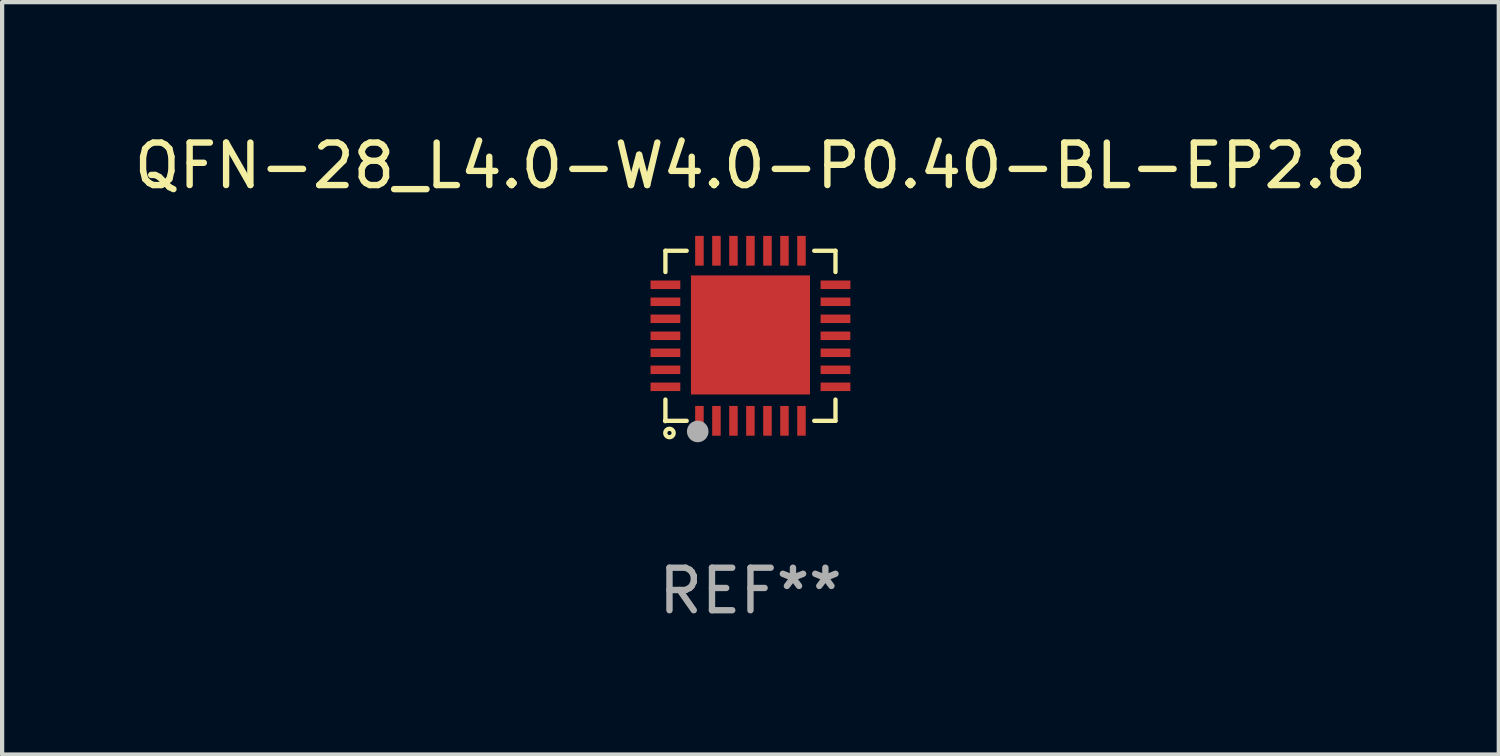
<source format=kicad_pcb>
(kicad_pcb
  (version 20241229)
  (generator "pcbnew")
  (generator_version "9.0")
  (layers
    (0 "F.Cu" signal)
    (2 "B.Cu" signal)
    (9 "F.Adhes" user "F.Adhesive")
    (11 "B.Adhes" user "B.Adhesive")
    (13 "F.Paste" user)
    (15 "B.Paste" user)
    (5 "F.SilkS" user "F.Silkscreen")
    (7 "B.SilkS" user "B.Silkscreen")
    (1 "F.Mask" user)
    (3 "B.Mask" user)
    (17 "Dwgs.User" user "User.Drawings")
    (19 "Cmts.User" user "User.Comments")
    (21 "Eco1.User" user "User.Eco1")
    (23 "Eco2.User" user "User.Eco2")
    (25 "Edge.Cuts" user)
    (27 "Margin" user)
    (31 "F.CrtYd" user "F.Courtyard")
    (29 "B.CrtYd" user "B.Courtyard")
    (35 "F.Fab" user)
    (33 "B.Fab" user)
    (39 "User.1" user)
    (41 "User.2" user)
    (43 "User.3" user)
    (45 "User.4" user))
  (footprint "QFN-28_L4.0-W4.0-P0.40-BL-EP2.8"
    (layer "F.Cu")
    (at 14.601 4.848)
    (property "Reference" "QFN-28_L4.0-W4.0-P0.40-BL-EP2.8" (at 0 -4 0) (layer "F.SilkS") (effects (font (size 1 1) (thickness 0.15))))
    (attr smd)
    (fp_line (start -2 -2) (end -1.5 -2) (stroke (width 0.102) (type solid)) (layer "F.SilkS"))
    (fp_line (start -2 -1.5) (end -2 -2) (stroke (width 0.102) (type solid)) (layer "F.SilkS"))
    (fp_line (start -2 2) (end -2 1.5) (stroke (width 0.102) (type solid)) (layer "F.SilkS"))
    (fp_line (start -1.5 2) (end -2 2) (stroke (width 0.102) (type solid)) (layer "F.SilkS"))
    (fp_line (start 1.5 -2) (end 2 -2) (stroke (width 0.102) (type solid)) (layer "F.SilkS"))
    (fp_line (start 2 -2) (end 2 -1.5) (stroke (width 0.102) (type solid)) (layer "F.SilkS"))
    (fp_line (start 2 1.5) (end 2 2) (stroke (width 0.102) (type solid)) (layer "F.SilkS"))
    (fp_line (start 2 2) (end 1.5 2) (stroke (width 0.102) (type solid)) (layer "F.SilkS"))
    (fp_circle (center -2 2) (end -1.97 2) (stroke (width 0.06) (type solid)) (fill no) (layer "F.SilkS"))
    (fp_circle (center -1.905 2.286) (end -1.806 2.286) (stroke (width 0.1) (type solid)) (fill no) (layer "F.SilkS"))
    (fp_circle (center -1.24 2.25) (end -1.113 2.25) (stroke (width 0.254) (type solid)) (fill no) (layer "F.Fab"))
    (fp_text user "REF**" (at 0 6 0) (layer "F.Fab") (effects (font (size 1 1) (thickness 0.15))))
    (pad "1" smd rect (at -1.2 2) (size 0.2 0.7) (layers "F.Cu" "F.Mask" "F.Paste"))
    (pad "2" smd rect (at -0.8 2) (size 0.2 0.7) (layers "F.Cu" "F.Mask" "F.Paste"))
    (pad "3" smd rect (at -0.4 2) (size 0.2 0.7) (layers "F.Cu" "F.Mask" "F.Paste"))
    (pad "4" smd rect (at -0.001 2) (size 0.2 0.7) (layers "F.Cu" "F.Mask" "F.Paste"))
    (pad "5" smd rect (at 0.4 2) (size 0.2 0.7) (layers "F.Cu" "F.Mask" "F.Paste"))
    (pad "6" smd rect (at 0.8 2) (size 0.2 0.7) (layers "F.Cu" "F.Mask" "F.Paste"))
    (pad "7" smd rect (at 1.2 2) (size 0.2 0.7) (layers "F.Cu" "F.Mask" "F.Paste"))
    (pad "8" smd rect (at 2 1.2) (size 0.7 0.2) (layers "F.Cu" "F.Mask" "F.Paste"))
    (pad "9" smd rect (at 2 0.8) (size 0.7 0.2) (layers "F.Cu" "F.Mask" "F.Paste"))
    (pad "10" smd rect (at 2 0.4) (size 0.7 0.2) (layers "F.Cu" "F.Mask" "F.Paste"))
    (pad "11" smd rect (at 1.999 0) (size 0.7 0.2) (layers "F.Cu" "F.Mask" "F.Paste"))
    (pad "12" smd rect (at 2 -0.4) (size 0.7 0.2) (layers "F.Cu" "F.Mask" "F.Paste"))
    (pad "13" smd rect (at 2 -0.8) (size 0.7 0.2) (layers "F.Cu" "F.Mask" "F.Paste"))
    (pad "14" smd rect (at 2 -1.2) (size 0.7 0.2) (layers "F.Cu" "F.Mask" "F.Paste"))
    (pad "15" smd rect (at 1.2 -2) (size 0.2 0.7) (layers "F.Cu" "F.Mask" "F.Paste"))
    (pad "16" smd rect (at 0.8 -2) (size 0.2 0.7) (layers "F.Cu" "F.Mask" "F.Paste"))
    (pad "17" smd rect (at 0.4 -2) (size 0.2 0.7) (layers "F.Cu" "F.Mask" "F.Paste"))
    (pad "18" smd rect (at 0 -2) (size 0.2 0.7) (layers "F.Cu" "F.Mask" "F.Paste"))
    (pad "19" smd rect (at -0.4 -2) (size 0.2 0.7) (layers "F.Cu" "F.Mask" "F.Paste"))
    (pad "20" smd rect (at -0.8 -2) (size 0.2 0.7) (layers "F.Cu" "F.Mask" "F.Paste"))
    (pad "21" smd rect (at -1.2 -2) (size 0.2 0.7) (layers "F.Cu" "F.Mask" "F.Paste"))
    (pad "22" smd rect (at -2 -1.2) (size 0.7 0.2) (layers "F.Cu" "F.Mask" "F.Paste"))
    (pad "23" smd rect (at -2 -0.8) (size 0.7 0.2) (layers "F.Cu" "F.Mask" "F.Paste"))
    (pad "24" smd rect (at -2 -0.4) (size 0.7 0.2) (layers "F.Cu" "F.Mask" "F.Paste"))
    (pad "25" smd rect (at -2 0) (size 0.7 0.2) (layers "F.Cu" "F.Mask" "F.Paste"))
    (pad "26" smd rect (at -2 0.4) (size 0.7 0.2) (layers "F.Cu" "F.Mask" "F.Paste"))
    (pad "27" smd rect (at -2 0.8) (size 0.7 0.2) (layers "F.Cu" "F.Mask" "F.Paste"))
    (pad "28" smd rect (at -2 1.2) (size 0.7 0.2) (layers "F.Cu" "F.Mask" "F.Paste"))
    (pad "29" smd rect (at 0.000254 -0.02) (size 2.8 2.8) (layers "F.Cu" "F.Mask" "F.Paste")))
  (gr_rect
    (start -3 -3)
    (end 32.202 14.697)
    (stroke (width 0.1) (type default))
    (fill no)
    (layer "Edge.Cuts")))
</source>
